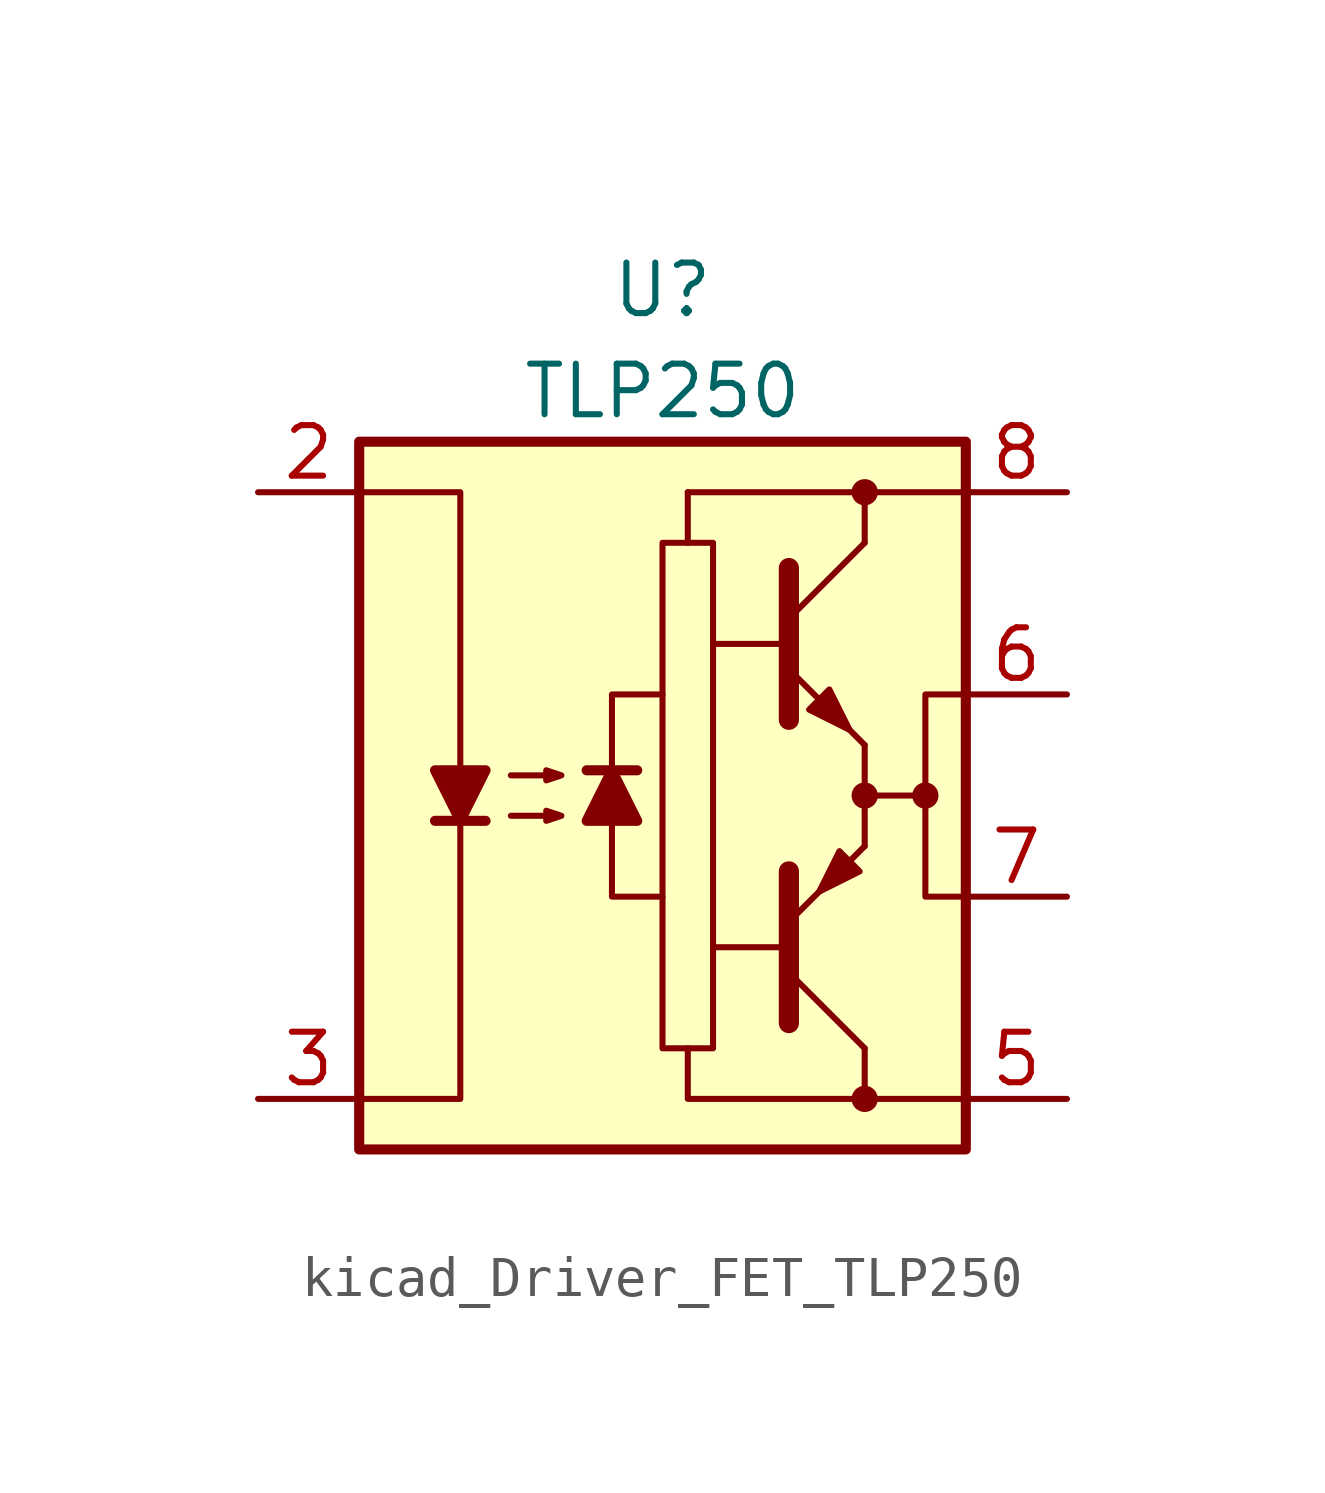
<source format=kicad_sym>
(kicad_symbol_lib
  (version 20220914)
  (generator kicad_symbol_editor)
  (symbol "kicad_Driver_FET_TLP250"
    (pin_names hide)
    (property "Reference" "U"
      (at 0 12.7 0)
      (effects (font (size 1.27 1.27))))
    (property "Value" "TLP250"
      (at 0 10.16 0)
      (effects (font (size 1.27 1.27))))
    (symbol "kicad_Driver_FET_TLP250_0_1"
      (rectangle (start -7.62 8.89) (end 7.62 -8.89) (stroke (width 0.254) (type default)) (fill (type background)))
      (polyline (pts (xy -5.715 -0.635) (xy -4.445 -0.635)) (stroke (width 0.254) (type default)) (fill (type none)))
      (polyline (pts (xy -0.635 0.635) (xy -1.905 0.635)) (stroke (width 0.254) (type default)) (fill (type none)))
      (polyline (pts (xy 3.048 -3.81) (xy 1.27 -3.81)) (stroke (width 0) (type default)) (fill (type none)))
      (polyline (pts (xy 3.048 3.81) (xy 1.27 3.81)) (stroke (width 0) (type default)) (fill (type none)))
      (polyline (pts (xy 3.175 -4.445) (xy 5.08 -6.35)) (stroke (width 0) (type default)) (fill (type none)))
      (polyline (pts (xy 3.175 4.445) (xy 5.08 6.35)) (stroke (width 0) (type default)) (fill (type none)))
      (polyline (pts (xy 5.08 -6.35) (xy 5.08 -7.62)) (stroke (width 0) (type default)) (fill (type none)))
      (polyline (pts (xy 5.08 -1.27) (xy 3.175 -3.175)) (stroke (width 0) (type default)) (fill (type outline)))
      (polyline (pts (xy 5.08 0) (xy 6.604 0)) (stroke (width 0) (type default)) (fill (type none)))
      (polyline (pts (xy 5.08 1.27) (xy 3.175 3.175)) (stroke (width 0) (type default)) (fill (type outline)))
      (polyline (pts (xy 5.08 6.35) (xy 5.08 7.62)) (stroke (width 0) (type default)) (fill (type none)))
      (polyline (pts (xy 7.62 7.62) (xy 0.635 7.62)) (stroke (width 0) (type default)) (fill (type none)))
      (polyline (pts (xy -1.27 -0.635) (xy -1.27 -2.54) (xy 0 -2.54)) (stroke (width 0) (type default)) (fill (type none)))
      (polyline (pts (xy -1.27 0.635) (xy -1.27 2.54) (xy 0 2.54)) (stroke (width 0) (type default)) (fill (type none)))
      (polyline (pts (xy 0.635 -6.35) (xy 0.635 -7.62) (xy 7.62 -7.62)) (stroke (width 0) (type default)) (fill (type none)))
      (polyline (pts (xy 3.175 -5.715) (xy 3.175 -1.905) (xy 3.175 -1.905)) (stroke (width 0.508) (type default)) (fill (type none)))
      (polyline (pts (xy 3.175 5.715) (xy 3.175 1.905) (xy 3.175 1.905)) (stroke (width 0.508) (type default)) (fill (type none)))
      (polyline (pts (xy -7.62 7.62) (xy -5.08 7.62) (xy -5.08 -7.62) (xy -7.62 -7.62)) (stroke (width 0) (type default)) (fill (type none)))
      (polyline (pts (xy -5.08 -0.635) (xy -5.715 0.635) (xy -4.445 0.635) (xy -5.08 -0.635)) (stroke (width 0.254) (type default)) (fill (type outline)))
      (polyline (pts (xy -1.27 0.635) (xy -0.635 -0.635) (xy -1.905 -0.635) (xy -1.27 0.635)) (stroke (width 0.254) (type default)) (fill (type outline)))
      (polyline (pts (xy 7.62 2.54) (xy 6.604 2.54) (xy 6.604 -2.54) (xy 7.62 -2.54)) (stroke (width 0) (type default)) (fill (type none)))
      (polyline (pts (xy -3.81 -0.508) (xy -2.54 -0.508) (xy -2.921 -0.635) (xy -2.921 -0.381) (xy -2.54 -0.508)) (stroke (width 0) (type default)) (fill (type none)))
      (polyline (pts (xy -3.81 0.508) (xy -2.54 0.508) (xy -2.921 0.381) (xy -2.921 0.635) (xy -2.54 0.508)) (stroke (width 0) (type default)) (fill (type none)))
      (polyline (pts (xy 1.27 6.35) (xy 1.27 -6.35) (xy 0 -6.35) (xy 0 6.35) (xy 1.27 6.35)) (stroke (width 0) (type default)) (fill (type none)))
      (polyline (pts (xy 3.683 2.159) (xy 4.191 2.667) (xy 4.699 1.651) (xy 3.683 2.159) (xy 3.683 2.159)) (stroke (width 0) (type default)) (fill (type outline)))
      (polyline (pts (xy 4.953 -1.905) (xy 4.445 -1.397) (xy 3.937 -2.413) (xy 4.953 -1.905) (xy 4.953 -1.905)) (stroke (width 0) (type default)) (fill (type outline)))
      (rectangle (start 0.635 6.35) (end 0.635 6.35) (stroke (width 0) (type default)) (fill (type none)))
      (rectangle (start 0.635 6.35) (end 0.635 7.62) (stroke (width 0) (type default)) (fill (type none)))
      (circle (center 5.08 -7.62) (radius 0.254) (stroke (width 0) (type default)) (fill (type outline)))
      (circle (center 5.08 0) (radius 0.254) (stroke (width 0) (type default)) (fill (type outline)))
      (rectangle (start 5.08 1.27) (end 5.08 -1.27) (stroke (width 0) (type default)) (fill (type none)))
      (circle (center 5.08 7.62) (radius 0.254) (stroke (width 0) (type default)) (fill (type outline)))
      (circle (center 6.604 0) (radius 0.254) (stroke (width 0) (type default)) (fill (type outline))))
    (symbol "kicad_Driver_FET_TLP250_1_1"
      (pin no_connect line (at -7.62 2.54 0) (length 2.54) hide (name "NC" (effects (font (size 1.27 1.27)))) (number "1" (effects (font (size 1.27 1.27)))))
      (pin passive line (at -10.16 7.62 0) (length 2.54) (name "A" (effects (font (size 1.27 1.27)))) (number "2" (effects (font (size 1.27 1.27)))))
      (pin passive line (at -10.16 -7.62 0) (length 2.54) (name "C" (effects (font (size 1.27 1.27)))) (number "3" (effects (font (size 1.27 1.27)))))
      (pin no_connect line (at -7.62 -2.54 0) (length 2.54) hide (name "NC" (effects (font (size 1.27 1.27)))) (number "4" (effects (font (size 1.27 1.27)))))
      (pin power_in line (at 10.16 -7.62 180) (length 2.54) (name "VEE" (effects (font (size 1.27 1.27)))) (number "5" (effects (font (size 1.27 1.27)))))
      (pin output line (at 10.16 2.54 180) (length 2.54) (name "VO" (effects (font (size 1.27 1.27)))) (number "6" (effects (font (size 1.27 1.27)))))
      (pin output line (at 10.16 -2.54 180) (length 2.54) (name "VO" (effects (font (size 1.27 1.27)))) (number "7" (effects (font (size 1.27 1.27)))))
      (pin power_in line (at 10.16 7.62 180) (length 2.54) (name "VCC" (effects (font (size 1.27 1.27)))) (number "8" (effects (font (size 1.27 1.27))))))))
</source>
